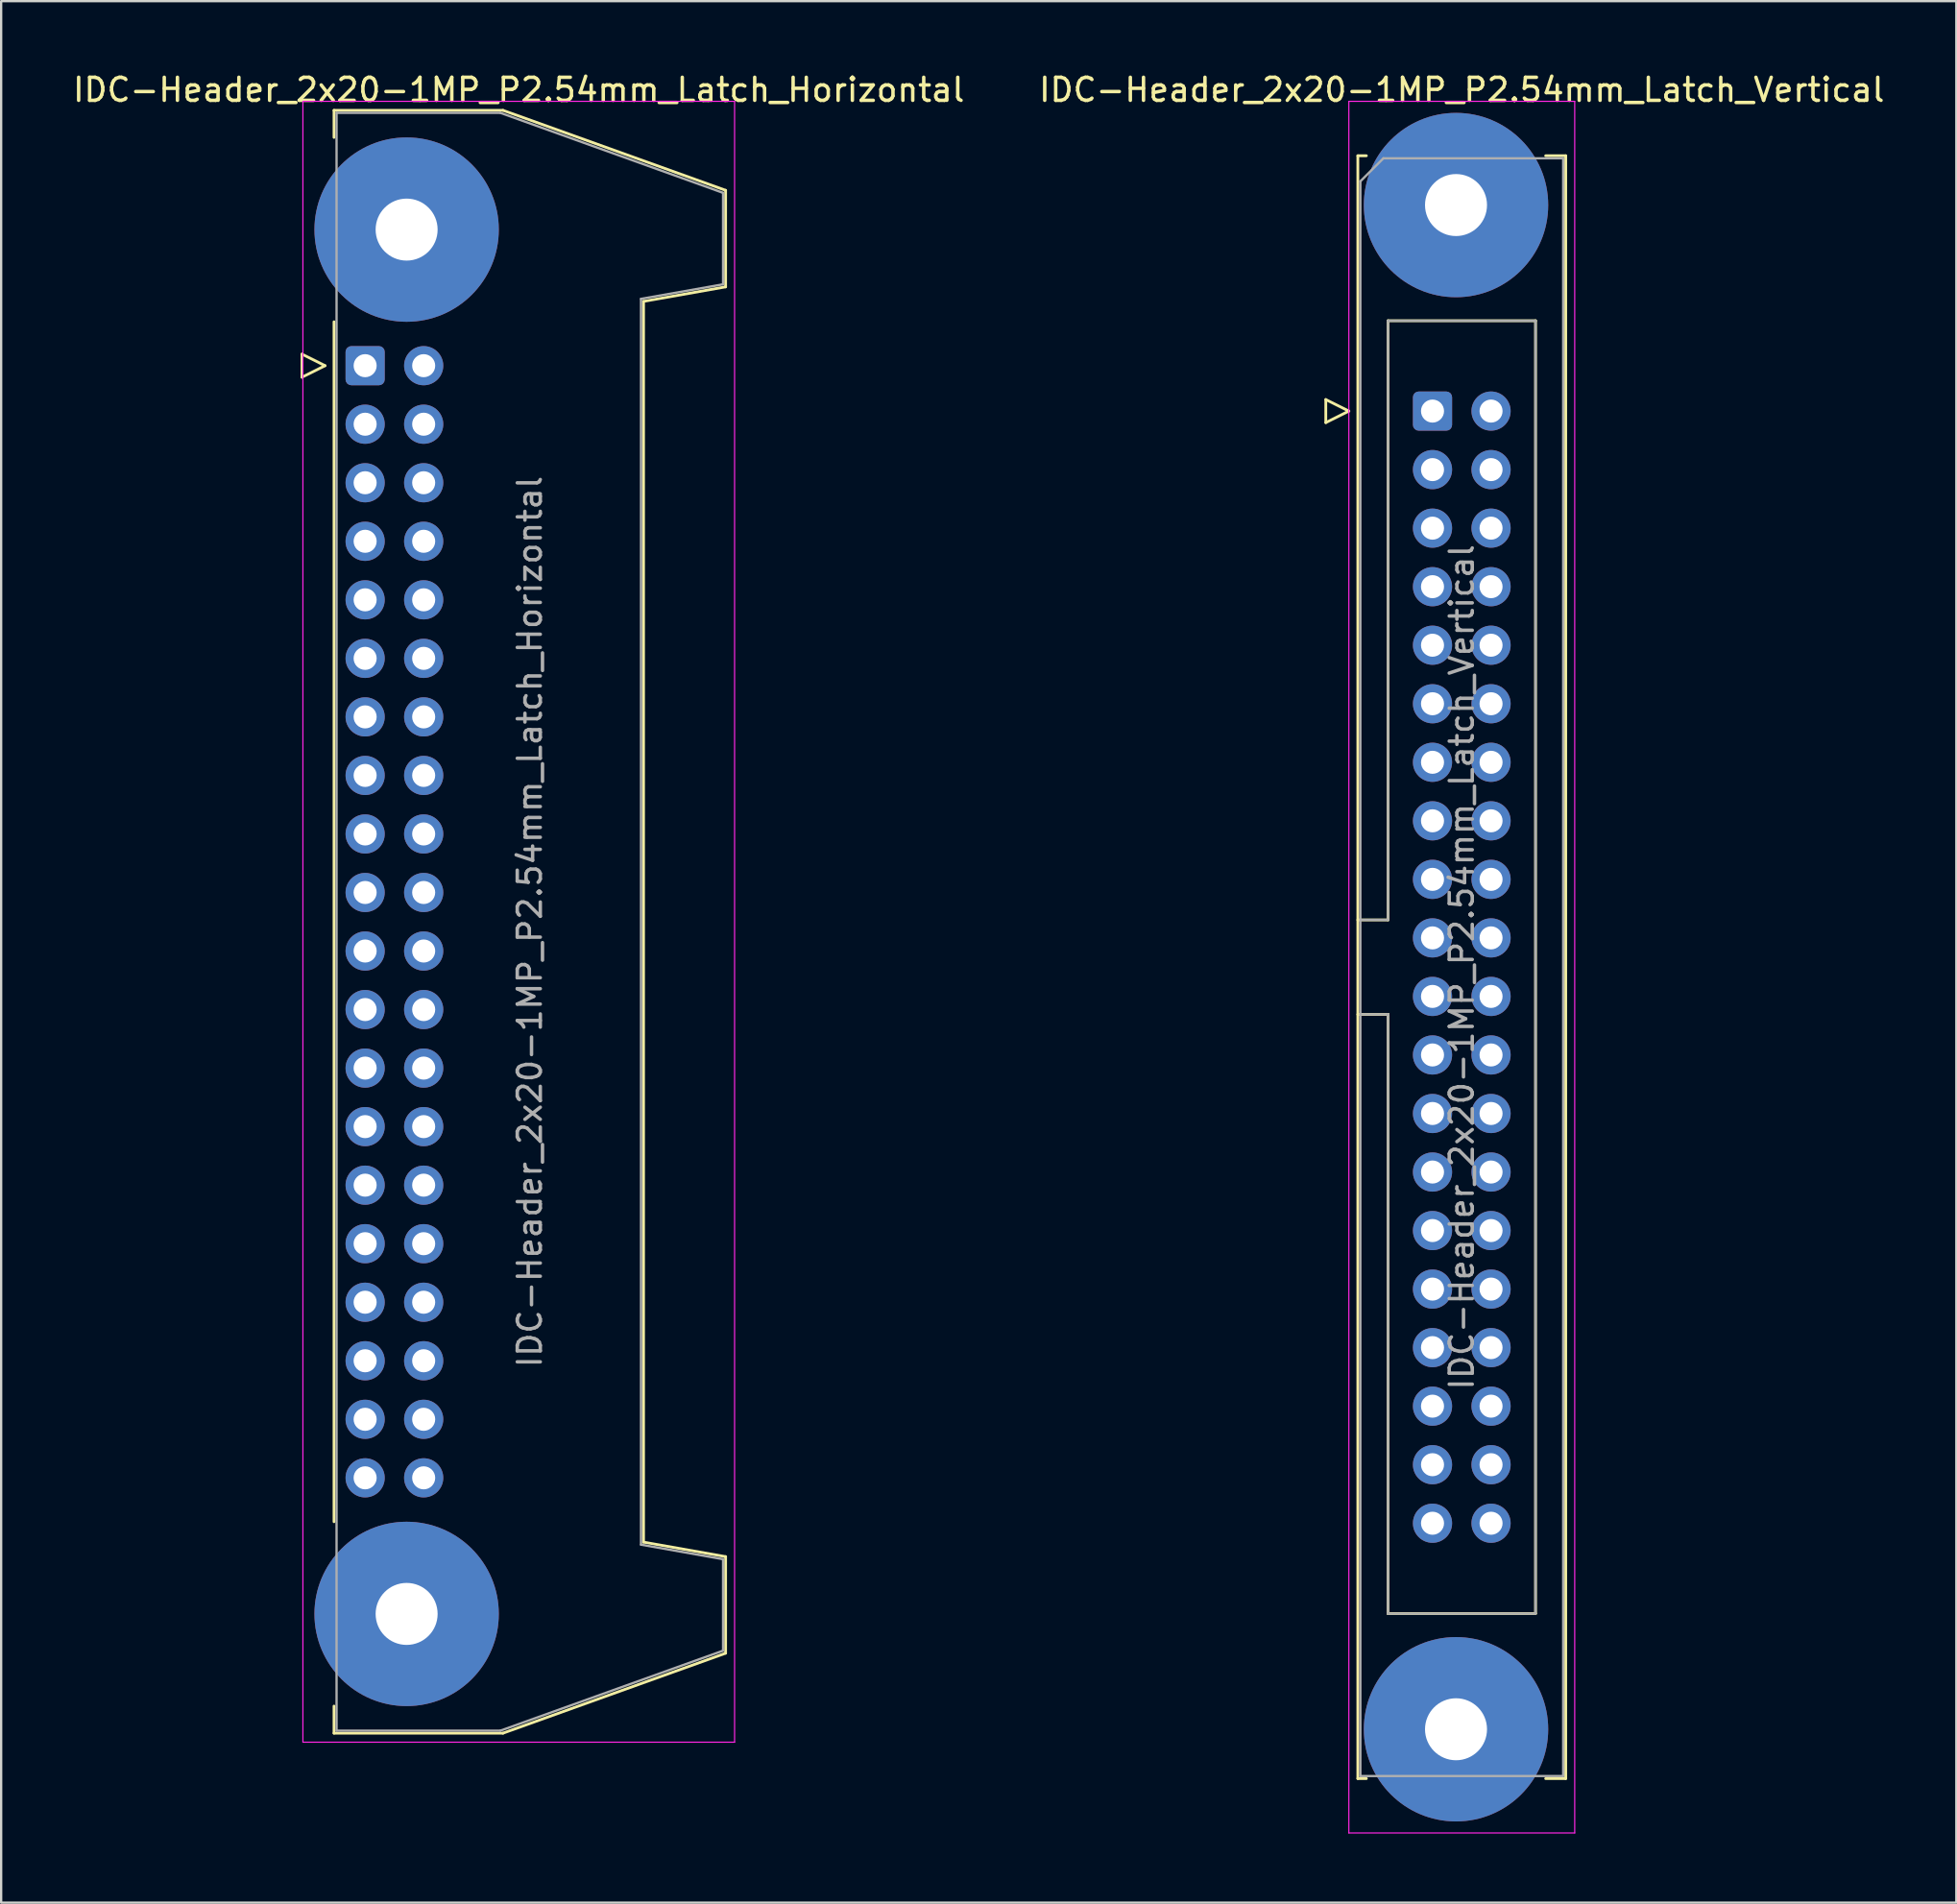
<source format=kicad_pcb>
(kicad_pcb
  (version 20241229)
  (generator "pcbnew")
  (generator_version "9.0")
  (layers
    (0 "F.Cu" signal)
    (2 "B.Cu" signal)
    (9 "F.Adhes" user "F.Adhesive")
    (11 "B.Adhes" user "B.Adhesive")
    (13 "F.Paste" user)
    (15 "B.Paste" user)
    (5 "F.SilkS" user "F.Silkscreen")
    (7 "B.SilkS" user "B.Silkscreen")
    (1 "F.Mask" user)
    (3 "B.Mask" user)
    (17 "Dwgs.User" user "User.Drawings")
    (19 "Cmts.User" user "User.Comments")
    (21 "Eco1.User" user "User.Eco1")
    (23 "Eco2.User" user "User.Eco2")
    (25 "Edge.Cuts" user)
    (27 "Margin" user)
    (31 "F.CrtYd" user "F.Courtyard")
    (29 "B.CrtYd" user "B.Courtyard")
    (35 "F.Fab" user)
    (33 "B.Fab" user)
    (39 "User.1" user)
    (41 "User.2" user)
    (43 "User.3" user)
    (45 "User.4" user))
  (footprint "IDC-Header_2x20-1MP_P2.54mm_Latch_Vertical"
    (layer "F.Cu")
    (at 59.105 14.788)
    (property "Reference" "IDC-Header_2x20-1MP_P2.54mm_Latch_Vertical" (at 1.27 -13.94 0) (layer "F.SilkS") (effects (font (size 1 1) (thickness 0.15))))
    (attr through_hole)
    (fp_line (start -4.63 -0.5) (end -4.63 0.5) (stroke (width 0.12) (type solid)) (layer "F.SilkS"))
    (fp_line (start -4.63 0.5) (end -3.63 0) (stroke (width 0.12) (type solid)) (layer "F.SilkS"))
    (fp_line (start -3.63 0) (end -4.63 -0.5) (stroke (width 0.12) (type solid)) (layer "F.SilkS"))
    (fp_line (start -3.24 -11.08) (end -3.24 59.34) (stroke (width 0.12) (type solid)) (layer "F.SilkS"))
    (fp_line (start -3.24 22.08) (end -1.93 22.08) (stroke (width 0.12) (type solid)) (layer "F.SilkS"))
    (fp_line (start -3.24 59.34) (end -2.87 59.34) (stroke (width 0.12) (type solid)) (layer "F.SilkS"))
    (fp_line (start -2.87 -11.08) (end -3.24 -11.08) (stroke (width 0.12) (type solid)) (layer "F.SilkS"))
    (fp_line (start -1.93 -3.92) (end 4.47 -3.92) (stroke (width 0.12) (type solid)) (layer "F.SilkS"))
    (fp_line (start -1.93 22.08) (end -1.93 -3.92) (stroke (width 0.12) (type solid)) (layer "F.SilkS"))
    (fp_line (start -1.93 26.18) (end -3.24 26.18) (stroke (width 0.12) (type solid)) (layer "F.SilkS"))
    (fp_line (start -1.93 26.18) (end -1.93 26.18) (stroke (width 0.12) (type solid)) (layer "F.SilkS"))
    (fp_line (start -1.93 52.18) (end -1.93 26.18) (stroke (width 0.12) (type solid)) (layer "F.SilkS"))
    (fp_line (start 4.47 -3.92) (end 4.47 52.18) (stroke (width 0.12) (type solid)) (layer "F.SilkS"))
    (fp_line (start 4.47 52.18) (end -1.93 52.18) (stroke (width 0.12) (type solid)) (layer "F.SilkS"))
    (fp_line (start 4.91 -11.08) (end 5.78 -11.08) (stroke (width 0.12) (type solid)) (layer "F.SilkS"))
    (fp_line (start 5.78 -11.08) (end 5.78 59.34) (stroke (width 0.12) (type solid)) (layer "F.SilkS"))
    (fp_line (start 5.78 59.34) (end 4.91 59.34) (stroke (width 0.12) (type solid)) (layer "F.SilkS"))
    (fp_line (start -3.63 -13.44) (end -3.63 61.7) (stroke (width 0.05) (type solid)) (layer "F.CrtYd"))
    (fp_line (start -3.63 61.7) (end 6.17 61.7) (stroke (width 0.05) (type solid)) (layer "F.CrtYd"))
    (fp_line (start 6.17 -13.44) (end -3.63 -13.44) (stroke (width 0.05) (type solid)) (layer "F.CrtYd"))
    (fp_line (start 6.17 61.7) (end 6.17 -13.44) (stroke (width 0.05) (type solid)) (layer "F.CrtYd"))
    (fp_line (start -3.13 -9.97) (end -2.13 -10.97) (stroke (width 0.1) (type solid)) (layer "F.Fab"))
    (fp_line (start -3.13 22.08) (end -1.93 22.08) (stroke (width 0.1) (type solid)) (layer "F.Fab"))
    (fp_line (start -3.13 59.23) (end -3.13 -9.97) (stroke (width 0.1) (type solid)) (layer "F.Fab"))
    (fp_line (start -2.13 -10.97) (end 5.67 -10.97) (stroke (width 0.1) (type solid)) (layer "F.Fab"))
    (fp_line (start -1.93 -3.92) (end 4.47 -3.92) (stroke (width 0.1) (type solid)) (layer "F.Fab"))
    (fp_line (start -1.93 22.08) (end -1.93 -3.92) (stroke (width 0.1) (type solid)) (layer "F.Fab"))
    (fp_line (start -1.93 26.18) (end -3.13 26.18) (stroke (width 0.1) (type solid)) (layer "F.Fab"))
    (fp_line (start -1.93 26.18) (end -1.93 26.18) (stroke (width 0.1) (type solid)) (layer "F.Fab"))
    (fp_line (start -1.93 52.18) (end -1.93 26.18) (stroke (width 0.1) (type solid)) (layer "F.Fab"))
    (fp_line (start 4.47 -3.92) (end 4.47 52.18) (stroke (width 0.1) (type solid)) (layer "F.Fab"))
    (fp_line (start 4.47 52.18) (end -1.93 52.18) (stroke (width 0.1) (type solid)) (layer "F.Fab"))
    (fp_line (start 5.67 -10.97) (end 5.67 59.23) (stroke (width 0.1) (type solid)) (layer "F.Fab"))
    (fp_line (start 5.67 59.23) (end -3.13 59.23) (stroke (width 0.1) (type solid)) (layer "F.Fab"))
    (fp_text user "${REFERENCE}" (at 1.27 24.13 90) (layer "F.Fab") (effects (font (size 1 1) (thickness 0.15))))
    (pad "1" thru_hole roundrect (at 0 0) (size 1.7 1.7) (drill 1) (layers "*.Cu" "*.Mask") (roundrect_rratio 0.147))
    (pad "2" thru_hole circle (at 2.54 0) (size 1.7 1.7) (drill 1) (layers "*.Cu" "*.Mask"))
    (pad "3" thru_hole circle (at 0 2.54) (size 1.7 1.7) (drill 1) (layers "*.Cu" "*.Mask"))
    (pad "4" thru_hole circle (at 2.54 2.54) (size 1.7 1.7) (drill 1) (layers "*.Cu" "*.Mask"))
    (pad "5" thru_hole circle (at 0 5.08) (size 1.7 1.7) (drill 1) (layers "*.Cu" "*.Mask"))
    (pad "6" thru_hole circle (at 2.54 5.08) (size 1.7 1.7) (drill 1) (layers "*.Cu" "*.Mask"))
    (pad "7" thru_hole circle (at 0 7.62) (size 1.7 1.7) (drill 1) (layers "*.Cu" "*.Mask"))
    (pad "8" thru_hole circle (at 2.54 7.62) (size 1.7 1.7) (drill 1) (layers "*.Cu" "*.Mask"))
    (pad "9" thru_hole circle (at 0 10.16) (size 1.7 1.7) (drill 1) (layers "*.Cu" "*.Mask"))
    (pad "10" thru_hole circle (at 2.54 10.16) (size 1.7 1.7) (drill 1) (layers "*.Cu" "*.Mask"))
    (pad "11" thru_hole circle (at 0 12.7) (size 1.7 1.7) (drill 1) (layers "*.Cu" "*.Mask"))
    (pad "12" thru_hole circle (at 2.54 12.7) (size 1.7 1.7) (drill 1) (layers "*.Cu" "*.Mask"))
    (pad "13" thru_hole circle (at 0 15.24) (size 1.7 1.7) (drill 1) (layers "*.Cu" "*.Mask"))
    (pad "14" thru_hole circle (at 2.54 15.24) (size 1.7 1.7) (drill 1) (layers "*.Cu" "*.Mask"))
    (pad "15" thru_hole circle (at 0 17.78) (size 1.7 1.7) (drill 1) (layers "*.Cu" "*.Mask"))
    (pad "16" thru_hole circle (at 2.54 17.78) (size 1.7 1.7) (drill 1) (layers "*.Cu" "*.Mask"))
    (pad "17" thru_hole circle (at 0 20.32) (size 1.7 1.7) (drill 1) (layers "*.Cu" "*.Mask"))
    (pad "18" thru_hole circle (at 2.54 20.32) (size 1.7 1.7) (drill 1) (layers "*.Cu" "*.Mask"))
    (pad "19" thru_hole circle (at 0 22.86) (size 1.7 1.7) (drill 1) (layers "*.Cu" "*.Mask"))
    (pad "20" thru_hole circle (at 2.54 22.86) (size 1.7 1.7) (drill 1) (layers "*.Cu" "*.Mask"))
    (pad "21" thru_hole circle (at 0 25.4) (size 1.7 1.7) (drill 1) (layers "*.Cu" "*.Mask"))
    (pad "22" thru_hole circle (at 2.54 25.4) (size 1.7 1.7) (drill 1) (layers "*.Cu" "*.Mask"))
    (pad "23" thru_hole circle (at 0 27.94) (size 1.7 1.7) (drill 1) (layers "*.Cu" "*.Mask"))
    (pad "24" thru_hole circle (at 2.54 27.94) (size 1.7 1.7) (drill 1) (layers "*.Cu" "*.Mask"))
    (pad "25" thru_hole circle (at 0 30.48) (size 1.7 1.7) (drill 1) (layers "*.Cu" "*.Mask"))
    (pad "26" thru_hole circle (at 2.54 30.48) (size 1.7 1.7) (drill 1) (layers "*.Cu" "*.Mask"))
    (pad "27" thru_hole circle (at 0 33.02) (size 1.7 1.7) (drill 1) (layers "*.Cu" "*.Mask"))
    (pad "28" thru_hole circle (at 2.54 33.02) (size 1.7 1.7) (drill 1) (layers "*.Cu" "*.Mask"))
    (pad "29" thru_hole circle (at 0 35.56) (size 1.7 1.7) (drill 1) (layers "*.Cu" "*.Mask"))
    (pad "30" thru_hole circle (at 2.54 35.56) (size 1.7 1.7) (drill 1) (layers "*.Cu" "*.Mask"))
    (pad "31" thru_hole circle (at 0 38.1) (size 1.7 1.7) (drill 1) (layers "*.Cu" "*.Mask"))
    (pad "32" thru_hole circle (at 2.54 38.1) (size 1.7 1.7) (drill 1) (layers "*.Cu" "*.Mask"))
    (pad "33" thru_hole circle (at 0 40.64) (size 1.7 1.7) (drill 1) (layers "*.Cu" "*.Mask"))
    (pad "34" thru_hole circle (at 2.54 40.64) (size 1.7 1.7) (drill 1) (layers "*.Cu" "*.Mask"))
    (pad "35" thru_hole circle (at 0 43.18) (size 1.7 1.7) (drill 1) (layers "*.Cu" "*.Mask"))
    (pad "36" thru_hole circle (at 2.54 43.18) (size 1.7 1.7) (drill 1) (layers "*.Cu" "*.Mask"))
    (pad "37" thru_hole circle (at 0 45.72) (size 1.7 1.7) (drill 1) (layers "*.Cu" "*.Mask"))
    (pad "38" thru_hole circle (at 2.54 45.72) (size 1.7 1.7) (drill 1) (layers "*.Cu" "*.Mask"))
    (pad "39" thru_hole circle (at 0 48.26) (size 1.7 1.7) (drill 1) (layers "*.Cu" "*.Mask"))
    (pad "40" thru_hole circle (at 2.54 48.26) (size 1.7 1.7) (drill 1) (layers "*.Cu" "*.Mask"))
    (pad "MP" thru_hole circle (at 1.02 -8.94) (size 8 8) (drill 2.69) (layers "*.Cu" "*.Mask"))
    (pad "MP" thru_hole circle (at 1.02 57.2) (size 8 8) (drill 2.69) (layers "*.Cu" "*.Mask")))
  (footprint "IDC-Header_2x20-1MP_P2.54mm_Latch_Horizontal"
    (layer "F.Cu")
    (at 12.793 12.818)
    (property "Reference" "IDC-Header_2x20-1MP_P2.54mm_Latch_Horizontal" (at 6.665 -11.97 0) (layer "F.SilkS") (effects (font (size 1 1) (thickness 0.15))))
    (attr through_hole)
    (fp_line (start -2.74 -0.5) (end -2.74 0.5) (stroke (width 0.12) (type solid)) (layer "F.SilkS"))
    (fp_line (start -2.74 0.5) (end -1.74 0) (stroke (width 0.12) (type solid)) (layer "F.SilkS"))
    (fp_line (start -1.74 0) (end -2.74 -0.5) (stroke (width 0.12) (type solid)) (layer "F.SilkS"))
    (fp_line (start -1.35 -11.08) (end -1.35 -9.905) (stroke (width 0.12) (type solid)) (layer "F.SilkS"))
    (fp_line (start -1.35 -11.08) (end 5.98 -11.08) (stroke (width 0.12) (type solid)) (layer "F.SilkS"))
    (fp_line (start -1.35 -1.905) (end -1.35 50.165) (stroke (width 0.12) (type solid)) (layer "F.SilkS"))
    (fp_line (start -1.35 58.165) (end -1.35 59.34) (stroke (width 0.12) (type solid)) (layer "F.SilkS"))
    (fp_line (start 5.98 -11.08) (end 15.64 -7.61) (stroke (width 0.12) (type solid)) (layer "F.SilkS"))
    (fp_line (start 5.98 59.34) (end -1.35 59.34) (stroke (width 0.12) (type solid)) (layer "F.SilkS"))
    (fp_line (start 12.08 -2.79) (end 12.08 51.05) (stroke (width 0.12) (type solid)) (layer "F.SilkS"))
    (fp_line (start 12.08 51.05) (end 15.64 51.68) (stroke (width 0.12) (type solid)) (layer "F.SilkS"))
    (fp_line (start 15.64 -7.61) (end 15.64 -3.42) (stroke (width 0.12) (type solid)) (layer "F.SilkS"))
    (fp_line (start 15.64 -3.42) (end 12.08 -2.79) (stroke (width 0.12) (type solid)) (layer "F.SilkS"))
    (fp_line (start 15.64 51.68) (end 15.64 55.87) (stroke (width 0.12) (type solid)) (layer "F.SilkS"))
    (fp_line (start 15.64 55.87) (end 5.98 59.34) (stroke (width 0.12) (type solid)) (layer "F.SilkS"))
    (fp_line (start -2.7 -11.47) (end -2.7 59.73) (stroke (width 0.05) (type solid)) (layer "F.CrtYd"))
    (fp_line (start -2.7 59.73) (end 16.03 59.73) (stroke (width 0.05) (type solid)) (layer "F.CrtYd"))
    (fp_line (start 16.03 -11.47) (end -2.7 -11.47) (stroke (width 0.05) (type solid)) (layer "F.CrtYd"))
    (fp_line (start 16.03 59.73) (end 16.03 -11.47) (stroke (width 0.05) (type solid)) (layer "F.CrtYd"))
    (fp_line (start -1.24 -10.97) (end 5.87 -10.97) (stroke (width 0.1) (type solid)) (layer "F.Fab"))
    (fp_line (start -1.24 59.23) (end -1.24 -10.97) (stroke (width 0.1) (type solid)) (layer "F.Fab"))
    (fp_line (start 5.87 -10.97) (end 15.53 -7.5) (stroke (width 0.1) (type solid)) (layer "F.Fab"))
    (fp_line (start 5.87 59.23) (end -1.24 59.23) (stroke (width 0.1) (type solid)) (layer "F.Fab"))
    (fp_line (start 11.97 -2.9) (end 11.97 51.16) (stroke (width 0.1) (type solid)) (layer "F.Fab"))
    (fp_line (start 11.97 51.16) (end 15.53 51.79) (stroke (width 0.1) (type solid)) (layer "F.Fab"))
    (fp_line (start 15.53 -7.5) (end 15.53 -3.53) (stroke (width 0.1) (type solid)) (layer "F.Fab"))
    (fp_line (start 15.53 -3.53) (end 11.97 -2.9) (stroke (width 0.1) (type solid)) (layer "F.Fab"))
    (fp_line (start 15.53 51.79) (end 15.53 55.76) (stroke (width 0.1) (type solid)) (layer "F.Fab"))
    (fp_line (start 15.53 55.76) (end 5.87 59.23) (stroke (width 0.1) (type solid)) (layer "F.Fab"))
    (fp_text user "${REFERENCE}" (at 7.145 24.13 90) (layer "F.Fab") (effects (font (size 1 1) (thickness 0.15))))
    (pad "1" thru_hole roundrect (at 0 0) (size 1.7 1.7) (drill 1) (layers "*.Cu" "*.Mask") (roundrect_rratio 0.147))
    (pad "2" thru_hole circle (at 2.54 0) (size 1.7 1.7) (drill 1) (layers "*.Cu" "*.Mask"))
    (pad "3" thru_hole circle (at 0 2.54) (size 1.7 1.7) (drill 1) (layers "*.Cu" "*.Mask"))
    (pad "4" thru_hole circle (at 2.54 2.54) (size 1.7 1.7) (drill 1) (layers "*.Cu" "*.Mask"))
    (pad "5" thru_hole circle (at 0 5.08) (size 1.7 1.7) (drill 1) (layers "*.Cu" "*.Mask"))
    (pad "6" thru_hole circle (at 2.54 5.08) (size 1.7 1.7) (drill 1) (layers "*.Cu" "*.Mask"))
    (pad "7" thru_hole circle (at 0 7.62) (size 1.7 1.7) (drill 1) (layers "*.Cu" "*.Mask"))
    (pad "8" thru_hole circle (at 2.54 7.62) (size 1.7 1.7) (drill 1) (layers "*.Cu" "*.Mask"))
    (pad "9" thru_hole circle (at 0 10.16) (size 1.7 1.7) (drill 1) (layers "*.Cu" "*.Mask"))
    (pad "10" thru_hole circle (at 2.54 10.16) (size 1.7 1.7) (drill 1) (layers "*.Cu" "*.Mask"))
    (pad "11" thru_hole circle (at 0 12.7) (size 1.7 1.7) (drill 1) (layers "*.Cu" "*.Mask"))
    (pad "12" thru_hole circle (at 2.54 12.7) (size 1.7 1.7) (drill 1) (layers "*.Cu" "*.Mask"))
    (pad "13" thru_hole circle (at 0 15.24) (size 1.7 1.7) (drill 1) (layers "*.Cu" "*.Mask"))
    (pad "14" thru_hole circle (at 2.54 15.24) (size 1.7 1.7) (drill 1) (layers "*.Cu" "*.Mask"))
    (pad "15" thru_hole circle (at 0 17.78) (size 1.7 1.7) (drill 1) (layers "*.Cu" "*.Mask"))
    (pad "16" thru_hole circle (at 2.54 17.78) (size 1.7 1.7) (drill 1) (layers "*.Cu" "*.Mask"))
    (pad "17" thru_hole circle (at 0 20.32) (size 1.7 1.7) (drill 1) (layers "*.Cu" "*.Mask"))
    (pad "18" thru_hole circle (at 2.54 20.32) (size 1.7 1.7) (drill 1) (layers "*.Cu" "*.Mask"))
    (pad "19" thru_hole circle (at 0 22.86) (size 1.7 1.7) (drill 1) (layers "*.Cu" "*.Mask"))
    (pad "20" thru_hole circle (at 2.54 22.86) (size 1.7 1.7) (drill 1) (layers "*.Cu" "*.Mask"))
    (pad "21" thru_hole circle (at 0 25.4) (size 1.7 1.7) (drill 1) (layers "*.Cu" "*.Mask"))
    (pad "22" thru_hole circle (at 2.54 25.4) (size 1.7 1.7) (drill 1) (layers "*.Cu" "*.Mask"))
    (pad "23" thru_hole circle (at 0 27.94) (size 1.7 1.7) (drill 1) (layers "*.Cu" "*.Mask"))
    (pad "24" thru_hole circle (at 2.54 27.94) (size 1.7 1.7) (drill 1) (layers "*.Cu" "*.Mask"))
    (pad "25" thru_hole circle (at 0 30.48) (size 1.7 1.7) (drill 1) (layers "*.Cu" "*.Mask"))
    (pad "26" thru_hole circle (at 2.54 30.48) (size 1.7 1.7) (drill 1) (layers "*.Cu" "*.Mask"))
    (pad "27" thru_hole circle (at 0 33.02) (size 1.7 1.7) (drill 1) (layers "*.Cu" "*.Mask"))
    (pad "28" thru_hole circle (at 2.54 33.02) (size 1.7 1.7) (drill 1) (layers "*.Cu" "*.Mask"))
    (pad "29" thru_hole circle (at 0 35.56) (size 1.7 1.7) (drill 1) (layers "*.Cu" "*.Mask"))
    (pad "30" thru_hole circle (at 2.54 35.56) (size 1.7 1.7) (drill 1) (layers "*.Cu" "*.Mask"))
    (pad "31" thru_hole circle (at 0 38.1) (size 1.7 1.7) (drill 1) (layers "*.Cu" "*.Mask"))
    (pad "32" thru_hole circle (at 2.54 38.1) (size 1.7 1.7) (drill 1) (layers "*.Cu" "*.Mask"))
    (pad "33" thru_hole circle (at 0 40.64) (size 1.7 1.7) (drill 1) (layers "*.Cu" "*.Mask"))
    (pad "34" thru_hole circle (at 2.54 40.64) (size 1.7 1.7) (drill 1) (layers "*.Cu" "*.Mask"))
    (pad "35" thru_hole circle (at 0 43.18) (size 1.7 1.7) (drill 1) (layers "*.Cu" "*.Mask"))
    (pad "36" thru_hole circle (at 2.54 43.18) (size 1.7 1.7) (drill 1) (layers "*.Cu" "*.Mask"))
    (pad "37" thru_hole circle (at 0 45.72) (size 1.7 1.7) (drill 1) (layers "*.Cu" "*.Mask"))
    (pad "38" thru_hole circle (at 2.54 45.72) (size 1.7 1.7) (drill 1) (layers "*.Cu" "*.Mask"))
    (pad "39" thru_hole circle (at 0 48.26) (size 1.7 1.7) (drill 1) (layers "*.Cu" "*.Mask"))
    (pad "40" thru_hole circle (at 2.54 48.26) (size 1.7 1.7) (drill 1) (layers "*.Cu" "*.Mask"))
    (pad "MP" thru_hole circle (at 1.8 -5.905) (size 8 8) (drill 2.69) (layers "*.Cu" "*.Mask"))
    (pad "MP" thru_hole circle (at 1.8 54.165) (size 8 8) (drill 2.69) (layers "*.Cu" "*.Mask")))
  (gr_rect
    (start -3 -3)
    (end 81.833 79.513)
    (stroke (width 0.1) (type default))
    (fill no)
    (layer "Edge.Cuts")))
</source>
